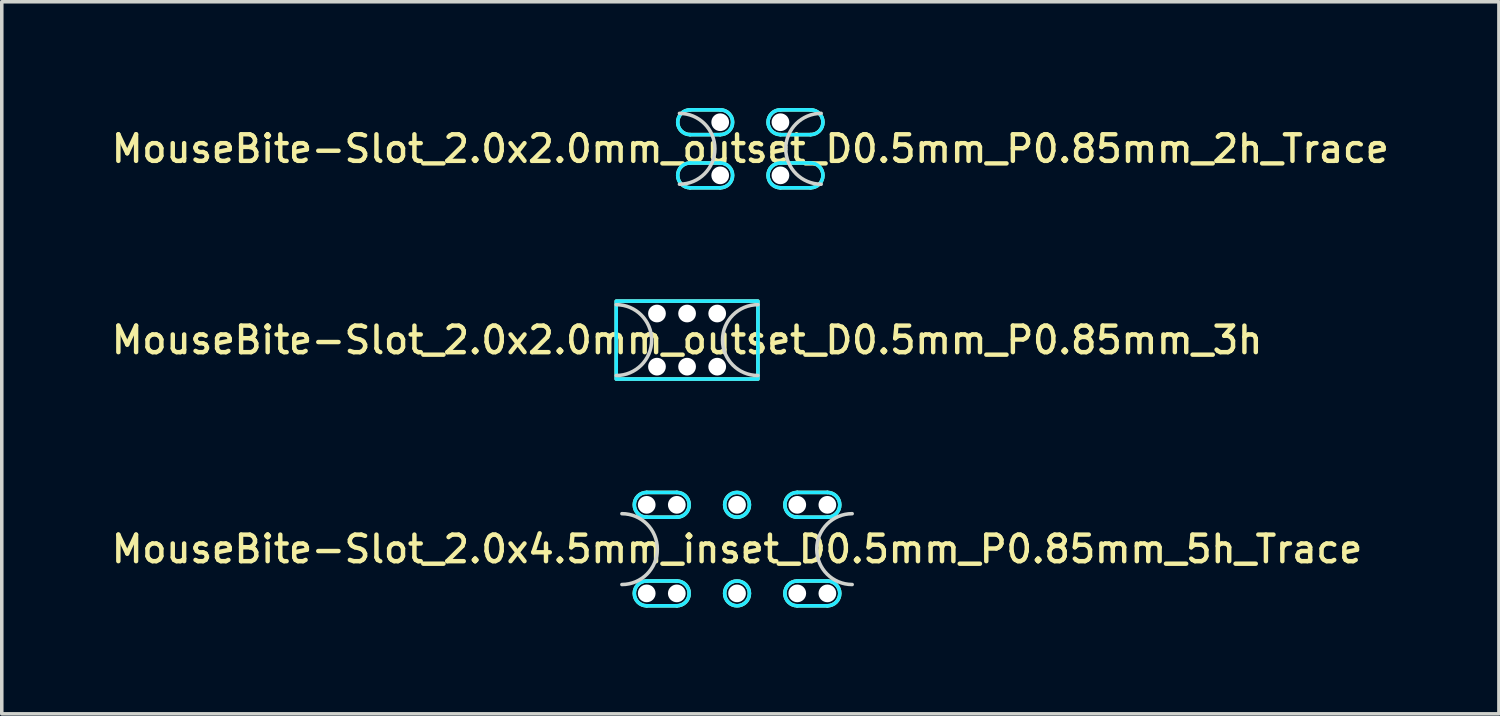
<source format=kicad_pcb>
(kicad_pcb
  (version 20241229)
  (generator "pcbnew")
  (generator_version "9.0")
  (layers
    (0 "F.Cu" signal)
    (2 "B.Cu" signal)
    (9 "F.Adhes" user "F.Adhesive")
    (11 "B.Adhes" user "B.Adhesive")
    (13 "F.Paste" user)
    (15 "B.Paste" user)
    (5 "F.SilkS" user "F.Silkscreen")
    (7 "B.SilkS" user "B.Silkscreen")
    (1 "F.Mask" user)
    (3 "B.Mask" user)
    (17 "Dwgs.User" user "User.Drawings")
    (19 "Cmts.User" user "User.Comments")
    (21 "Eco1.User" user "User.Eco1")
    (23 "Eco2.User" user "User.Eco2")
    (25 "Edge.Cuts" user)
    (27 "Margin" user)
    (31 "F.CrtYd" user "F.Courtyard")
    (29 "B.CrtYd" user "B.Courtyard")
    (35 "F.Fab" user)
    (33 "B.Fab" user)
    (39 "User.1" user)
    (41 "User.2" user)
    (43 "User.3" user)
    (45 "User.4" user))
  (footprint "MouseBite-Slot_2.0x4.5mm_inset_D0.5mm_P0.85mm_5h_Trace"
    (layer "F.Cu")
    (at 17.755 13.45)
    (property "Reference" "MouseBite-Slot_2.0x4.5mm_inset_D0.5mm_P0.85mm_5h_Trace" (at 0 -1 0) (layer "F.SilkS") (effects (font (size 0.75 0.75) (thickness 0.125))))
    (attr board_only exclude_from_pos_files exclude_from_bom dnp)
    (fp_line (start -2.55 -1.9) (end -1.7 -1.9) (stroke (width 0.1) (type solid)) (layer "F.SilkS"))
    (fp_line (start -2.55 0.6) (end -1.7 0.6) (stroke (width 0.1) (type solid)) (layer "F.SilkS"))
    (fp_line (start -1.7 -2.6) (end -2.55 -2.6) (stroke (width 0.1) (type solid)) (layer "F.SilkS"))
    (fp_line (start -1.7 -0.1) (end -2.55 -0.1) (stroke (width 0.1) (type solid)) (layer "F.SilkS"))
    (fp_line (start 1.7 -1.9) (end 2.55 -1.9) (stroke (width 0.1) (type solid)) (layer "F.SilkS"))
    (fp_line (start 1.7 0.6) (end 2.55 0.6) (stroke (width 0.1) (type solid)) (layer "F.SilkS"))
    (fp_line (start 2.55 -2.6) (end 1.7 -2.6) (stroke (width 0.1) (type solid)) (layer "F.SilkS"))
    (fp_line (start 2.55 -0.1) (end 1.7 -0.1) (stroke (width 0.1) (type solid)) (layer "F.SilkS"))
    (fp_arc (start -2.55 -1.9) (mid -2.9 -2.25) (end -2.55 -2.6) (stroke (width 0.1) (type solid)) (layer "F.SilkS"))
    (fp_arc (start -2.55 0.6) (mid -2.9 0.25) (end -2.55 -0.1) (stroke (width 0.1) (type solid)) (layer "F.SilkS"))
    (fp_arc (start -1.7 -2.6) (mid -1.35 -2.25) (end -1.7 -1.9) (stroke (width 0.1) (type solid)) (layer "F.SilkS"))
    (fp_arc (start -1.7 -0.1) (mid -1.35 0.25) (end -1.7 0.6) (stroke (width 0.1) (type solid)) (layer "F.SilkS"))
    (fp_arc (start 1.7 -1.9) (mid 1.35 -2.25) (end 1.7 -2.6) (stroke (width 0.1) (type solid)) (layer "F.SilkS"))
    (fp_arc (start 1.7 0.6) (mid 1.35 0.25) (end 1.7 -0.1) (stroke (width 0.1) (type solid)) (layer "F.SilkS"))
    (fp_arc (start 2.55 -2.6) (mid 2.9 -2.25) (end 2.55 -1.9) (stroke (width 0.1) (type solid)) (layer "F.SilkS"))
    (fp_arc (start 2.55 -0.1) (mid 2.9 0.25) (end 2.55 0.6) (stroke (width 0.1) (type solid)) (layer "F.SilkS"))
    (fp_circle (center 0 -2.25) (end -0.35 -2.25) (stroke (width 0.1) (type solid)) (fill no) (layer "F.SilkS"))
    (fp_circle (center 0 0.25) (end 0.35 0.25) (stroke (width 0.1) (type solid)) (fill no) (layer "F.SilkS"))
    (fp_arc (start -3.25 -2) (mid -2.25 -1) (end -3.25 0) (stroke (width 0.1) (type solid)) (layer "Edge.Cuts"))
    (fp_arc (start 3.25 0) (mid 2.25 -1) (end 3.25 -2) (stroke (width 0.1) (type solid)) (layer "Edge.Cuts"))
    (fp_line (start -2.55 -1.9) (end -1.7 -1.9) (stroke (width 0.1) (type solid)) (layer "B.CrtYd"))
    (fp_line (start -2.55 0.6) (end -1.7 0.6) (stroke (width 0.1) (type solid)) (layer "B.CrtYd"))
    (fp_line (start -1.7 -2.6) (end -2.55 -2.6) (stroke (width 0.1) (type solid)) (layer "B.CrtYd"))
    (fp_line (start -1.7 -0.1) (end -2.55 -0.1) (stroke (width 0.1) (type solid)) (layer "B.CrtYd"))
    (fp_line (start 1.7 -1.9) (end 2.55 -1.9) (stroke (width 0.1) (type solid)) (layer "B.CrtYd"))
    (fp_line (start 1.7 0.6) (end 2.55 0.6) (stroke (width 0.1) (type solid)) (layer "B.CrtYd"))
    (fp_line (start 2.55 -2.6) (end 1.7 -2.6) (stroke (width 0.1) (type solid)) (layer "B.CrtYd"))
    (fp_line (start 2.55 -0.1) (end 1.7 -0.1) (stroke (width 0.1) (type solid)) (layer "B.CrtYd"))
    (fp_arc (start -2.55 -1.9) (mid -2.9 -2.25) (end -2.55 -2.6) (stroke (width 0.1) (type solid)) (layer "B.CrtYd"))
    (fp_arc (start -2.55 0.6) (mid -2.9 0.25) (end -2.55 -0.1) (stroke (width 0.1) (type solid)) (layer "B.CrtYd"))
    (fp_arc (start -1.7 -2.6) (mid -1.35 -2.25) (end -1.7 -1.9) (stroke (width 0.1) (type solid)) (layer "B.CrtYd"))
    (fp_arc (start -1.7 -0.1) (mid -1.35 0.25) (end -1.7 0.6) (stroke (width 0.1) (type solid)) (layer "B.CrtYd"))
    (fp_arc (start 1.7 -1.9) (mid 1.35 -2.25) (end 1.7 -2.6) (stroke (width 0.1) (type solid)) (layer "B.CrtYd"))
    (fp_arc (start 1.7 0.6) (mid 1.35 0.25) (end 1.7 -0.1) (stroke (width 0.1) (type solid)) (layer "B.CrtYd"))
    (fp_arc (start 2.55 -2.6) (mid 2.9 -2.25) (end 2.55 -1.9) (stroke (width 0.1) (type solid)) (layer "B.CrtYd"))
    (fp_arc (start 2.55 -0.1) (mid 2.9 0.25) (end 2.55 0.6) (stroke (width 0.1) (type solid)) (layer "B.CrtYd"))
    (fp_circle (center 0 -2.25) (end -0.35 -2.25) (stroke (width 0.1) (type solid)) (fill no) (layer "B.CrtYd"))
    (fp_circle (center 0 0.25) (end 0.35 0.25) (stroke (width 0.1) (type solid)) (fill no) (layer "B.CrtYd"))
    (pad "" np_thru_hole circle (at -2.55 -2.25) (size 0.5 0.5) (drill 0.5) (layers "*.Cu" "*.Mask"))
    (pad "" np_thru_hole circle (at -2.55 0.25 180) (size 0.5 0.5) (drill 0.5) (layers "*.Cu" "*.Mask"))
    (pad "" np_thru_hole circle (at -1.7 -2.25) (size 0.5 0.5) (drill 0.5) (layers "*.Cu" "*.Mask"))
    (pad "" np_thru_hole circle (at -1.7 0.25 180) (size 0.5 0.5) (drill 0.5) (layers "*.Cu" "*.Mask"))
    (pad "" np_thru_hole circle (at 0 -2.25) (size 0.5 0.5) (drill 0.5) (layers "*.Cu" "*.Mask"))
    (pad "" np_thru_hole circle (at 0 0.25 180) (size 0.5 0.5) (drill 0.5) (layers "*.Cu" "*.Mask"))
    (pad "" np_thru_hole circle (at 1.7 -2.25) (size 0.5 0.5) (drill 0.5) (layers "*.Cu" "*.Mask"))
    (pad "" np_thru_hole circle (at 1.7 0.25 180) (size 0.5 0.5) (drill 0.5) (layers "*.Cu" "*.Mask"))
    (pad "" np_thru_hole circle (at 2.55 -2.25) (size 0.5 0.5) (drill 0.5) (layers "*.Cu" "*.Mask"))
    (pad "" np_thru_hole circle (at 2.55 0.25 180) (size 0.5 0.5) (drill 0.5) (layers "*.Cu" "*.Mask")))
  (footprint "MouseBite-Slot_2.0x2.0mm_outset_D0.5mm_P0.85mm_2h_Trace"
    (layer "F.Cu")
    (at 18.13 2.15)
    (property "Reference" "MouseBite-Slot_2.0x2.0mm_outset_D0.5mm_P0.85mm_2h_Trace" (at 0 -1 0) (layer "F.SilkS") (effects (font (size 0.75 0.75) (thickness 0.125))))
    (attr board_only exclude_from_pos_files exclude_from_bom dnp)
    (fp_line (start -1.7 -1.4) (end -0.85 -1.4) (stroke (width 0.1) (type solid)) (layer "F.SilkS"))
    (fp_line (start -1.7 0.1) (end -0.85 0.1) (stroke (width 0.1) (type solid)) (layer "F.SilkS"))
    (fp_line (start -0.85 -2.1) (end -1.7 -2.1) (stroke (width 0.1) (type solid)) (layer "F.SilkS"))
    (fp_line (start -0.85 -0.6) (end -1.7 -0.6) (stroke (width 0.1) (type solid)) (layer "F.SilkS"))
    (fp_line (start 0.85 -1.4) (end 1.7 -1.4) (stroke (width 0.1) (type solid)) (layer "F.SilkS"))
    (fp_line (start 0.85 0.1) (end 1.7 0.1) (stroke (width 0.1) (type solid)) (layer "F.SilkS"))
    (fp_line (start 1.7 -2.1) (end 0.85 -2.1) (stroke (width 0.1) (type solid)) (layer "F.SilkS"))
    (fp_line (start 1.7 -0.6) (end 0.85 -0.6) (stroke (width 0.1) (type solid)) (layer "F.SilkS"))
    (fp_arc (start -1.7 -1.4) (mid -2.05 -1.75) (end -1.7 -2.1) (stroke (width 0.1) (type solid)) (layer "F.SilkS"))
    (fp_arc (start -1.7 0.1) (mid -2.05 -0.25) (end -1.7 -0.6) (stroke (width 0.1) (type solid)) (layer "F.SilkS"))
    (fp_arc (start -0.85 -2.1) (mid -0.5 -1.75) (end -0.85 -1.4) (stroke (width 0.1) (type solid)) (layer "F.SilkS"))
    (fp_arc (start -0.85 -0.6) (mid -0.5 -0.25) (end -0.85 0.1) (stroke (width 0.1) (type solid)) (layer "F.SilkS"))
    (fp_arc (start 0.85 -1.4) (mid 0.5 -1.75) (end 0.85 -2.1) (stroke (width 0.1) (type solid)) (layer "F.SilkS"))
    (fp_arc (start 0.85 0.1) (mid 0.5 -0.25) (end 0.85 -0.6) (stroke (width 0.1) (type solid)) (layer "F.SilkS"))
    (fp_arc (start 1.7 -2.1) (mid 2.05 -1.75) (end 1.7 -1.4) (stroke (width 0.1) (type solid)) (layer "F.SilkS"))
    (fp_arc (start 1.7 -0.6) (mid 2.05 -0.25) (end 1.7 0.1) (stroke (width 0.1) (type solid)) (layer "F.SilkS"))
    (fp_arc (start -2 -2) (mid -1 -1) (end -2 0) (stroke (width 0.1) (type solid)) (layer "Edge.Cuts"))
    (fp_arc (start 2 0) (mid 1 -1) (end 2 -2) (stroke (width 0.1) (type solid)) (layer "Edge.Cuts"))
    (fp_line (start -1.7 -1.4) (end -0.85 -1.4) (stroke (width 0.1) (type solid)) (layer "B.CrtYd"))
    (fp_line (start -1.7 0.1) (end -0.85 0.1) (stroke (width 0.1) (type solid)) (layer "B.CrtYd"))
    (fp_line (start -0.85 -2.1) (end -1.7 -2.1) (stroke (width 0.1) (type solid)) (layer "B.CrtYd"))
    (fp_line (start -0.85 -0.6) (end -1.7 -0.6) (stroke (width 0.1) (type solid)) (layer "B.CrtYd"))
    (fp_line (start 0.85 -1.4) (end 1.7 -1.4) (stroke (width 0.1) (type solid)) (layer "B.CrtYd"))
    (fp_line (start 0.85 0.1) (end 1.7 0.1) (stroke (width 0.1) (type solid)) (layer "B.CrtYd"))
    (fp_line (start 1.7 -2.1) (end 0.85 -2.1) (stroke (width 0.1) (type solid)) (layer "B.CrtYd"))
    (fp_line (start 1.7 -0.6) (end 0.85 -0.6) (stroke (width 0.1) (type solid)) (layer "B.CrtYd"))
    (fp_arc (start -1.7 -1.4) (mid -2.05 -1.75) (end -1.7 -2.1) (stroke (width 0.1) (type solid)) (layer "B.CrtYd"))
    (fp_arc (start -1.7 0.1) (mid -2.05 -0.25) (end -1.7 -0.6) (stroke (width 0.1) (type solid)) (layer "B.CrtYd"))
    (fp_arc (start -0.85 -2.1) (mid -0.5 -1.75) (end -0.85 -1.4) (stroke (width 0.1) (type solid)) (layer "B.CrtYd"))
    (fp_arc (start -0.85 -0.6) (mid -0.5 -0.25) (end -0.85 0.1) (stroke (width 0.1) (type solid)) (layer "B.CrtYd"))
    (fp_arc (start 0.85 -1.4) (mid 0.5 -1.75) (end 0.85 -2.1) (stroke (width 0.1) (type solid)) (layer "B.CrtYd"))
    (fp_arc (start 0.85 0.1) (mid 0.5 -0.25) (end 0.85 -0.6) (stroke (width 0.1) (type solid)) (layer "B.CrtYd"))
    (fp_arc (start 1.7 -2.1) (mid 2.05 -1.75) (end 1.7 -1.4) (stroke (width 0.1) (type solid)) (layer "B.CrtYd"))
    (fp_arc (start 1.7 -0.6) (mid 2.05 -0.25) (end 1.7 0.1) (stroke (width 0.1) (type solid)) (layer "B.CrtYd"))
    (pad "" np_thru_hole circle (at -0.85 -1.75) (size 0.5 0.5) (drill 0.5) (layers "*.Cu" "*.Mask"))
    (pad "" np_thru_hole circle (at -0.85 -0.25 180) (size 0.5 0.5) (drill 0.5) (layers "*.Cu" "*.Mask"))
    (pad "" np_thru_hole circle (at 0.85 -1.75) (size 0.5 0.5) (drill 0.5) (layers "*.Cu" "*.Mask"))
    (pad "" np_thru_hole circle (at 0.85 -0.25 180) (size 0.5 0.5) (drill 0.5) (layers "*.Cu" "*.Mask")))
  (footprint "MouseBite-Slot_2.0x2.0mm_outset_D0.5mm_P0.85mm_3h"
    (layer "F.Cu")
    (at 16.345 7.55)
    (property "Reference" "MouseBite-Slot_2.0x2.0mm_outset_D0.5mm_P0.85mm_3h" (at 0 -1 0) (layer "F.SilkS") (effects (font (size 0.75 0.75) (thickness 0.125))))
    (attr board_only exclude_from_pos_files exclude_from_bom dnp)
    (fp_rect (start -2 -2.1) (end 2 0.1) (stroke (width 0.1) (type solid)) (fill no) (layer "F.SilkS"))
    (fp_arc (start -2 -2) (mid -1 -1) (end -2 0) (stroke (width 0.1) (type solid)) (layer "Edge.Cuts"))
    (fp_arc (start 2 0) (mid 1 -1) (end 2 -2) (stroke (width 0.1) (type solid)) (layer "Edge.Cuts"))
    (fp_rect (start -2 -2.1) (end 2 0.1) (stroke (width 0.1) (type solid)) (fill no) (layer "B.CrtYd"))
    (pad "" np_thru_hole circle (at -0.85 -1.75) (size 0.5 0.5) (drill 0.5) (layers "*.Cu" "*.Mask"))
    (pad "" np_thru_hole circle (at -0.85 -0.25 180) (size 0.5 0.5) (drill 0.5) (layers "*.Cu" "*.Mask"))
    (pad "" np_thru_hole circle (at 0 -1.75) (size 0.5 0.5) (drill 0.5) (layers "*.Cu" "*.Mask"))
    (pad "" np_thru_hole circle (at 0 -0.25 180) (size 0.5 0.5) (drill 0.5) (layers "*.Cu" "*.Mask"))
    (pad "" np_thru_hole circle (at 0.85 -1.75) (size 0.5 0.5) (drill 0.5) (layers "*.Cu" "*.Mask"))
    (pad "" np_thru_hole circle (at 0.85 -0.25 180) (size 0.5 0.5) (drill 0.5) (layers "*.Cu" "*.Mask")))
  (gr_rect
    (start -3 -3)
    (end 39.261 17.1)
    (stroke (width 0.1) (type default))
    (fill no)
    (layer "Edge.Cuts")))
</source>
